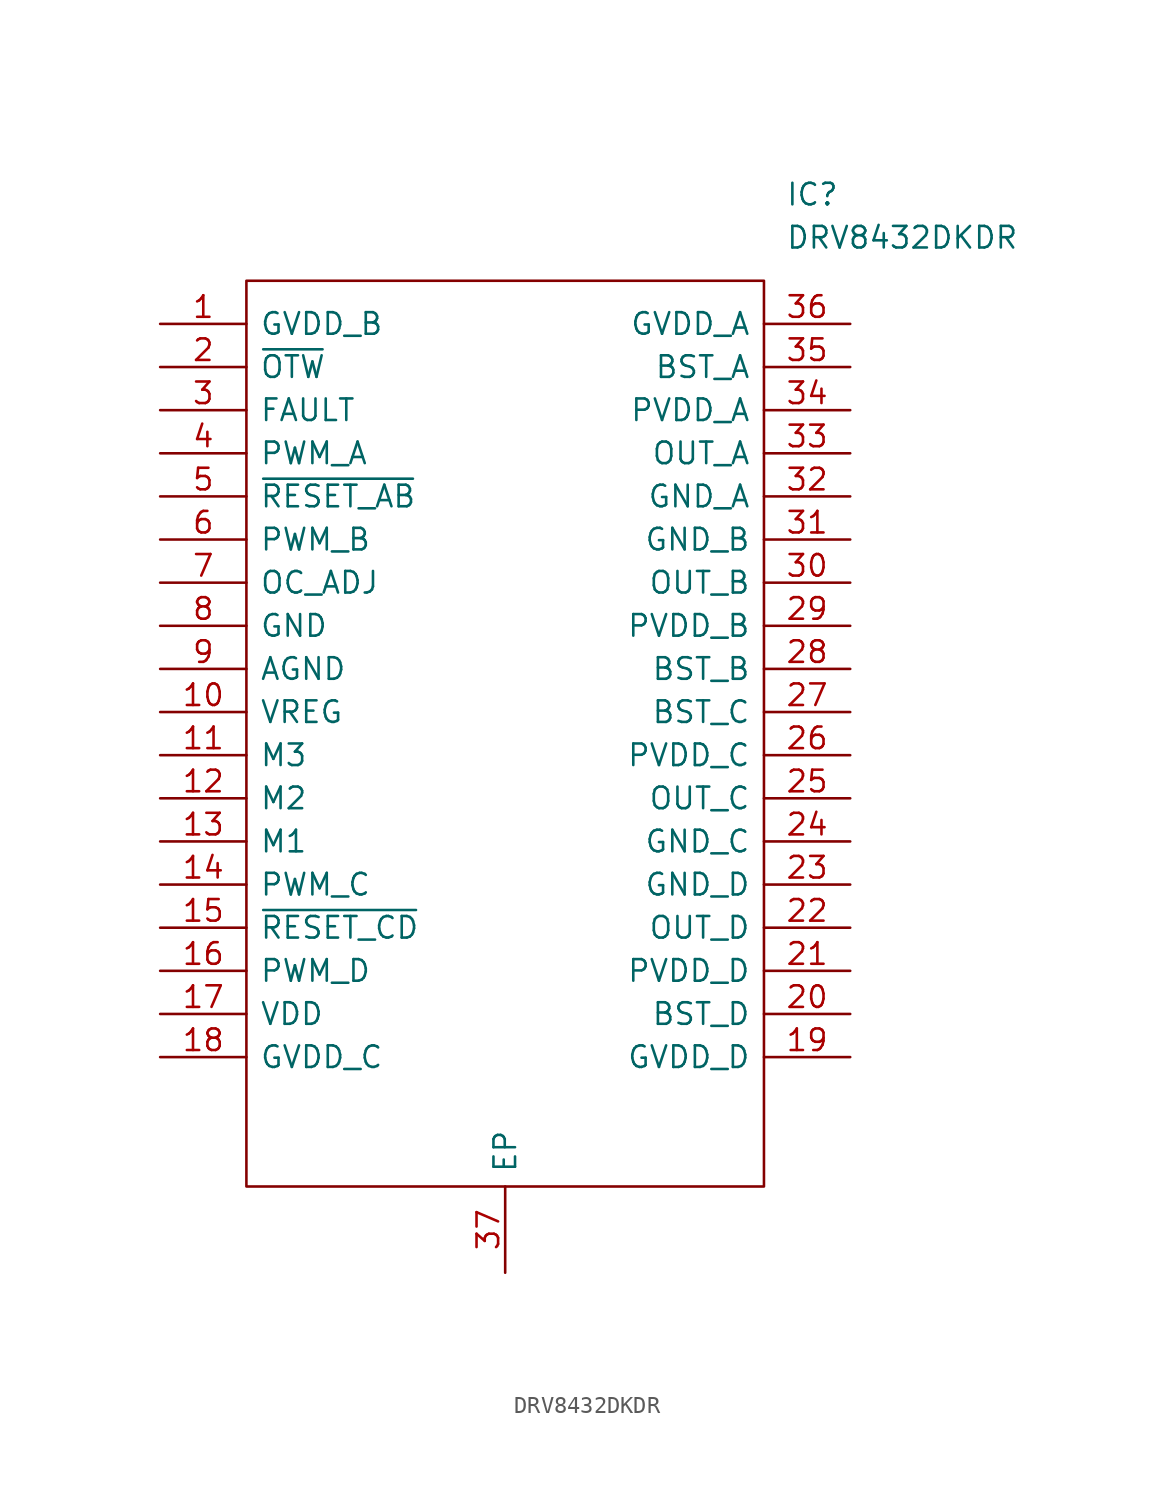
<source format=kicad_sym>
(kicad_symbol_lib
  (version 20211014)
  (generator kicad_symbol_editor)
  (symbol "DRV8432DKDR"
    (pin_names
      (offset 0.762))
    (property "Reference" "IC"
      (at 36.83 7.62 0)
      (effects (font (size 1.27 1.27)) (justify left)))
    (property "Value" "DRV8432DKDR"
      (at 36.83 5.08 0)
      (effects (font (size 1.27 1.27)) (justify left)))
    (symbol "DRV8432DKDR_0_0"
      (pin bidirectional line (at 0 0 0) (length 5.08) (name "GVDD_B" (effects (font (size 1.27 1.27)))) (number "1" (effects (font (size 1.27 1.27)))))
      (pin bidirectional line (at 0 -22.86 0) (length 5.08) (name "VREG" (effects (font (size 1.27 1.27)))) (number "10" (effects (font (size 1.27 1.27)))))
      (pin bidirectional line (at 0 -25.4 0) (length 5.08) (name "M3" (effects (font (size 1.27 1.27)))) (number "11" (effects (font (size 1.27 1.27)))))
      (pin bidirectional line (at 0 -27.94 0) (length 5.08) (name "M2" (effects (font (size 1.27 1.27)))) (number "12" (effects (font (size 1.27 1.27)))))
      (pin bidirectional line (at 0 -30.48 0) (length 5.08) (name "M1" (effects (font (size 1.27 1.27)))) (number "13" (effects (font (size 1.27 1.27)))))
      (pin bidirectional line (at 0 -33.02 0) (length 5.08) (name "PWM_C" (effects (font (size 1.27 1.27)))) (number "14" (effects (font (size 1.27 1.27)))))
      (pin bidirectional line (at 0 -35.56 0) (length 5.08) (name "~{RESET_CD}" (effects (font (size 1.27 1.27)))) (number "15" (effects (font (size 1.27 1.27)))))
      (pin bidirectional line (at 0 -38.1 0) (length 5.08) (name "PWM_D" (effects (font (size 1.27 1.27)))) (number "16" (effects (font (size 1.27 1.27)))))
      (pin bidirectional line (at 0 -40.64 0) (length 5.08) (name "VDD" (effects (font (size 1.27 1.27)))) (number "17" (effects (font (size 1.27 1.27)))))
      (pin bidirectional line (at 0 -43.18 0) (length 5.08) (name "GVDD_C" (effects (font (size 1.27 1.27)))) (number "18" (effects (font (size 1.27 1.27)))))
      (pin bidirectional line (at 40.64 -43.18 180) (length 5.08) (name "GVDD_D" (effects (font (size 1.27 1.27)))) (number "19" (effects (font (size 1.27 1.27)))))
      (pin bidirectional line (at 0 -2.54 0) (length 5.08) (name "~{OTW}" (effects (font (size 1.27 1.27)))) (number "2" (effects (font (size 1.27 1.27)))))
      (pin bidirectional line (at 40.64 -40.64 180) (length 5.08) (name "BST_D" (effects (font (size 1.27 1.27)))) (number "20" (effects (font (size 1.27 1.27)))))
      (pin bidirectional line (at 40.64 -38.1 180) (length 5.08) (name "PVDD_D" (effects (font (size 1.27 1.27)))) (number "21" (effects (font (size 1.27 1.27)))))
      (pin bidirectional line (at 40.64 -35.56 180) (length 5.08) (name "OUT_D" (effects (font (size 1.27 1.27)))) (number "22" (effects (font (size 1.27 1.27)))))
      (pin bidirectional line (at 40.64 -33.02 180) (length 5.08) (name "GND_D" (effects (font (size 1.27 1.27)))) (number "23" (effects (font (size 1.27 1.27)))))
      (pin bidirectional line (at 40.64 -30.48 180) (length 5.08) (name "GND_C" (effects (font (size 1.27 1.27)))) (number "24" (effects (font (size 1.27 1.27)))))
      (pin bidirectional line (at 40.64 -27.94 180) (length 5.08) (name "OUT_C" (effects (font (size 1.27 1.27)))) (number "25" (effects (font (size 1.27 1.27)))))
      (pin bidirectional line (at 40.64 -25.4 180) (length 5.08) (name "PVDD_C" (effects (font (size 1.27 1.27)))) (number "26" (effects (font (size 1.27 1.27)))))
      (pin bidirectional line (at 40.64 -22.86 180) (length 5.08) (name "BST_C" (effects (font (size 1.27 1.27)))) (number "27" (effects (font (size 1.27 1.27)))))
      (pin bidirectional line (at 40.64 -20.32 180) (length 5.08) (name "BST_B" (effects (font (size 1.27 1.27)))) (number "28" (effects (font (size 1.27 1.27)))))
      (pin bidirectional line (at 40.64 -17.78 180) (length 5.08) (name "PVDD_B" (effects (font (size 1.27 1.27)))) (number "29" (effects (font (size 1.27 1.27)))))
      (pin bidirectional line (at 0 -5.08 0) (length 5.08) (name "FAULT" (effects (font (size 1.27 1.27)))) (number "3" (effects (font (size 1.27 1.27)))))
      (pin bidirectional line (at 40.64 -15.24 180) (length 5.08) (name "OUT_B" (effects (font (size 1.27 1.27)))) (number "30" (effects (font (size 1.27 1.27)))))
      (pin bidirectional line (at 40.64 -12.7 180) (length 5.08) (name "GND_B" (effects (font (size 1.27 1.27)))) (number "31" (effects (font (size 1.27 1.27)))))
      (pin bidirectional line (at 40.64 -10.16 180) (length 5.08) (name "GND_A" (effects (font (size 1.27 1.27)))) (number "32" (effects (font (size 1.27 1.27)))))
      (pin bidirectional line (at 40.64 -7.62 180) (length 5.08) (name "OUT_A" (effects (font (size 1.27 1.27)))) (number "33" (effects (font (size 1.27 1.27)))))
      (pin bidirectional line (at 40.64 -5.08 180) (length 5.08) (name "PVDD_A" (effects (font (size 1.27 1.27)))) (number "34" (effects (font (size 1.27 1.27)))))
      (pin bidirectional line (at 40.64 -2.54 180) (length 5.08) (name "BST_A" (effects (font (size 1.27 1.27)))) (number "35" (effects (font (size 1.27 1.27)))))
      (pin bidirectional line (at 40.64 0 180) (length 5.08) (name "GVDD_A" (effects (font (size 1.27 1.27)))) (number "36" (effects (font (size 1.27 1.27)))))
      (pin bidirectional line (at 20.32 -55.88 90) (length 5.08) (name "EP" (effects (font (size 1.27 1.27)))) (number "37" (effects (font (size 1.27 1.27)))))
      (pin bidirectional line (at 0 -7.62 0) (length 5.08) (name "PWM_A" (effects (font (size 1.27 1.27)))) (number "4" (effects (font (size 1.27 1.27)))))
      (pin bidirectional line (at 0 -10.16 0) (length 5.08) (name "~{RESET_AB}" (effects (font (size 1.27 1.27)))) (number "5" (effects (font (size 1.27 1.27)))))
      (pin bidirectional line (at 0 -12.7 0) (length 5.08) (name "PWM_B" (effects (font (size 1.27 1.27)))) (number "6" (effects (font (size 1.27 1.27)))))
      (pin bidirectional line (at 0 -15.24 0) (length 5.08) (name "OC_ADJ" (effects (font (size 1.27 1.27)))) (number "7" (effects (font (size 1.27 1.27)))))
      (pin bidirectional line (at 0 -17.78 0) (length 5.08) (name "GND" (effects (font (size 1.27 1.27)))) (number "8" (effects (font (size 1.27 1.27)))))
      (pin bidirectional line (at 0 -20.32 0) (length 5.08) (name "AGND" (effects (font (size 1.27 1.27)))) (number "9" (effects (font (size 1.27 1.27))))))
    (symbol "DRV8432DKDR_0_1"
      (polyline (pts (xy 5.08 2.54) (xy 35.56 2.54) (xy 35.56 -50.8) (xy 5.08 -50.8) (xy 5.08 2.54)) (stroke (width 0.152) (type default) (color 0 0 0 0)) (fill (type none))))))
</source>
